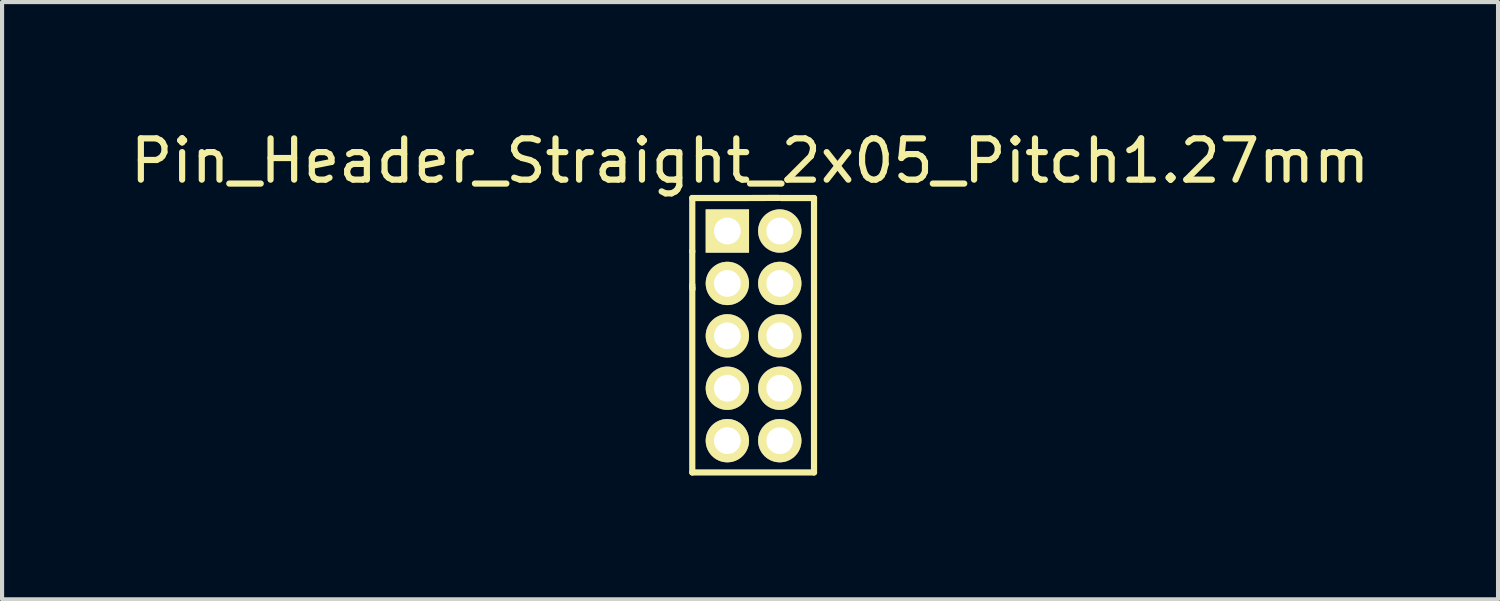
<source format=kicad_pcb>
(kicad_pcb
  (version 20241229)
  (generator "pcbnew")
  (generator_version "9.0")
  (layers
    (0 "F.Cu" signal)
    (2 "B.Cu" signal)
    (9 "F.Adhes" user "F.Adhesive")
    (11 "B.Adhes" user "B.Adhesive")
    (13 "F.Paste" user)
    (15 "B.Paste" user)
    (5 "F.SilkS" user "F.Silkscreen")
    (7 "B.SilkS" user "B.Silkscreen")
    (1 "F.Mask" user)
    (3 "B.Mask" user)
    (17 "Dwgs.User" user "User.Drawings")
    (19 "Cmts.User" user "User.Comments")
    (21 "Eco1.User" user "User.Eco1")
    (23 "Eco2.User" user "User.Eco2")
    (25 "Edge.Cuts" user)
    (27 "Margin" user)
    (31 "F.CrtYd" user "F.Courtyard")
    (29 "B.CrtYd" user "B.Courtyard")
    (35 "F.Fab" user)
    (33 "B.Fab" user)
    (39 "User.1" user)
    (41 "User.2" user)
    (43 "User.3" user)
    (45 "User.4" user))
  (footprint "Pin_Header_Straight_2x05_Pitch1.27mm"
    (layer "F.Cu")
    (at 14.575 2.548)
    (property "Reference" "Pin_Header_Straight_2x05_Pitch1.27mm" (at 0.55 -1.7 0) (layer "F.SilkS") (effects (font (size 1 1) (thickness 0.15))))
    (attr through_hole)
    (fp_line (start -0.851 0.483) (end -0.851 1.372) (stroke (width 0.15) (type solid)) (layer "F.SilkS"))
    (fp_line (start -0.851 1.372) (end -0.846 1.412) (stroke (width 0.15) (type solid)) (layer "F.SilkS"))
    (fp_line (start -0.85 -0.8) (end -0.85 0.5) (stroke (width 0.15) (type solid)) (layer "F.SilkS"))
    (fp_line (start -0.85 5.85) (end -0.85 1.3) (stroke (width 0.15) (type solid)) (layer "F.SilkS"))
    (fp_line (start 0.5 -0.8) (end -0.85 -0.8) (stroke (width 0.15) (type solid)) (layer "F.SilkS"))
    (fp_line (start 1.245 -0.803) (end 0.523 -0.8) (stroke (width 0.15) (type solid)) (layer "F.SilkS"))
    (fp_line (start 2.1 -0.8) (end 1.3 -0.8) (stroke (width 0.15) (type solid)) (layer "F.SilkS"))
    (fp_line (start 2.1 5.85) (end -0.85 5.85) (stroke (width 0.15) (type solid)) (layer "F.SilkS"))
    (fp_line (start 2.1 5.85) (end 2.1 -0.8) (stroke (width 0.15) (type solid)) (layer "F.SilkS"))
    (pad "1" thru_hole rect (at 0 0) (size 1.05 1.05) (drill 0.65) (layers "*.Cu" "*.Mask" "F.SilkS"))
    (pad "2" thru_hole circle (at 1.27 0) (size 1.05 1.05) (drill 0.65) (layers "*.Cu" "*.Mask" "F.SilkS"))
    (pad "3" thru_hole circle (at 0 1.27) (size 1.05 1.05) (drill 0.65) (layers "*.Cu" "*.Mask" "F.SilkS"))
    (pad "4" thru_hole circle (at 1.27 1.27) (size 1.05 1.05) (drill 0.65) (layers "*.Cu" "*.Mask" "F.SilkS"))
    (pad "5" thru_hole circle (at 0 2.54) (size 1.05 1.05) (drill 0.65) (layers "*.Cu" "*.Mask" "F.SilkS"))
    (pad "6" thru_hole circle (at 1.27 2.54) (size 1.05 1.05) (drill 0.65) (layers "*.Cu" "*.Mask" "F.SilkS"))
    (pad "7" thru_hole circle (at 0 3.81) (size 1.05 1.05) (drill 0.65) (layers "*.Cu" "*.Mask" "F.SilkS"))
    (pad "8" thru_hole circle (at 1.27 3.81) (size 1.05 1.05) (drill 0.65) (layers "*.Cu" "*.Mask" "F.SilkS"))
    (pad "9" thru_hole circle (at 0 5.08) (size 1.05 1.05) (drill 0.65) (layers "*.Cu" "*.Mask" "F.SilkS"))
    (pad "10" thru_hole circle (at 1.27 5.08) (size 1.05 1.05) (drill 0.65) (layers "*.Cu" "*.Mask" "F.SilkS")))
  (gr_rect
    (start -3 -3)
    (end 33.25 11.473)
    (stroke (width 0.1) (type default))
    (fill no)
    (layer "Edge.Cuts")))
</source>
